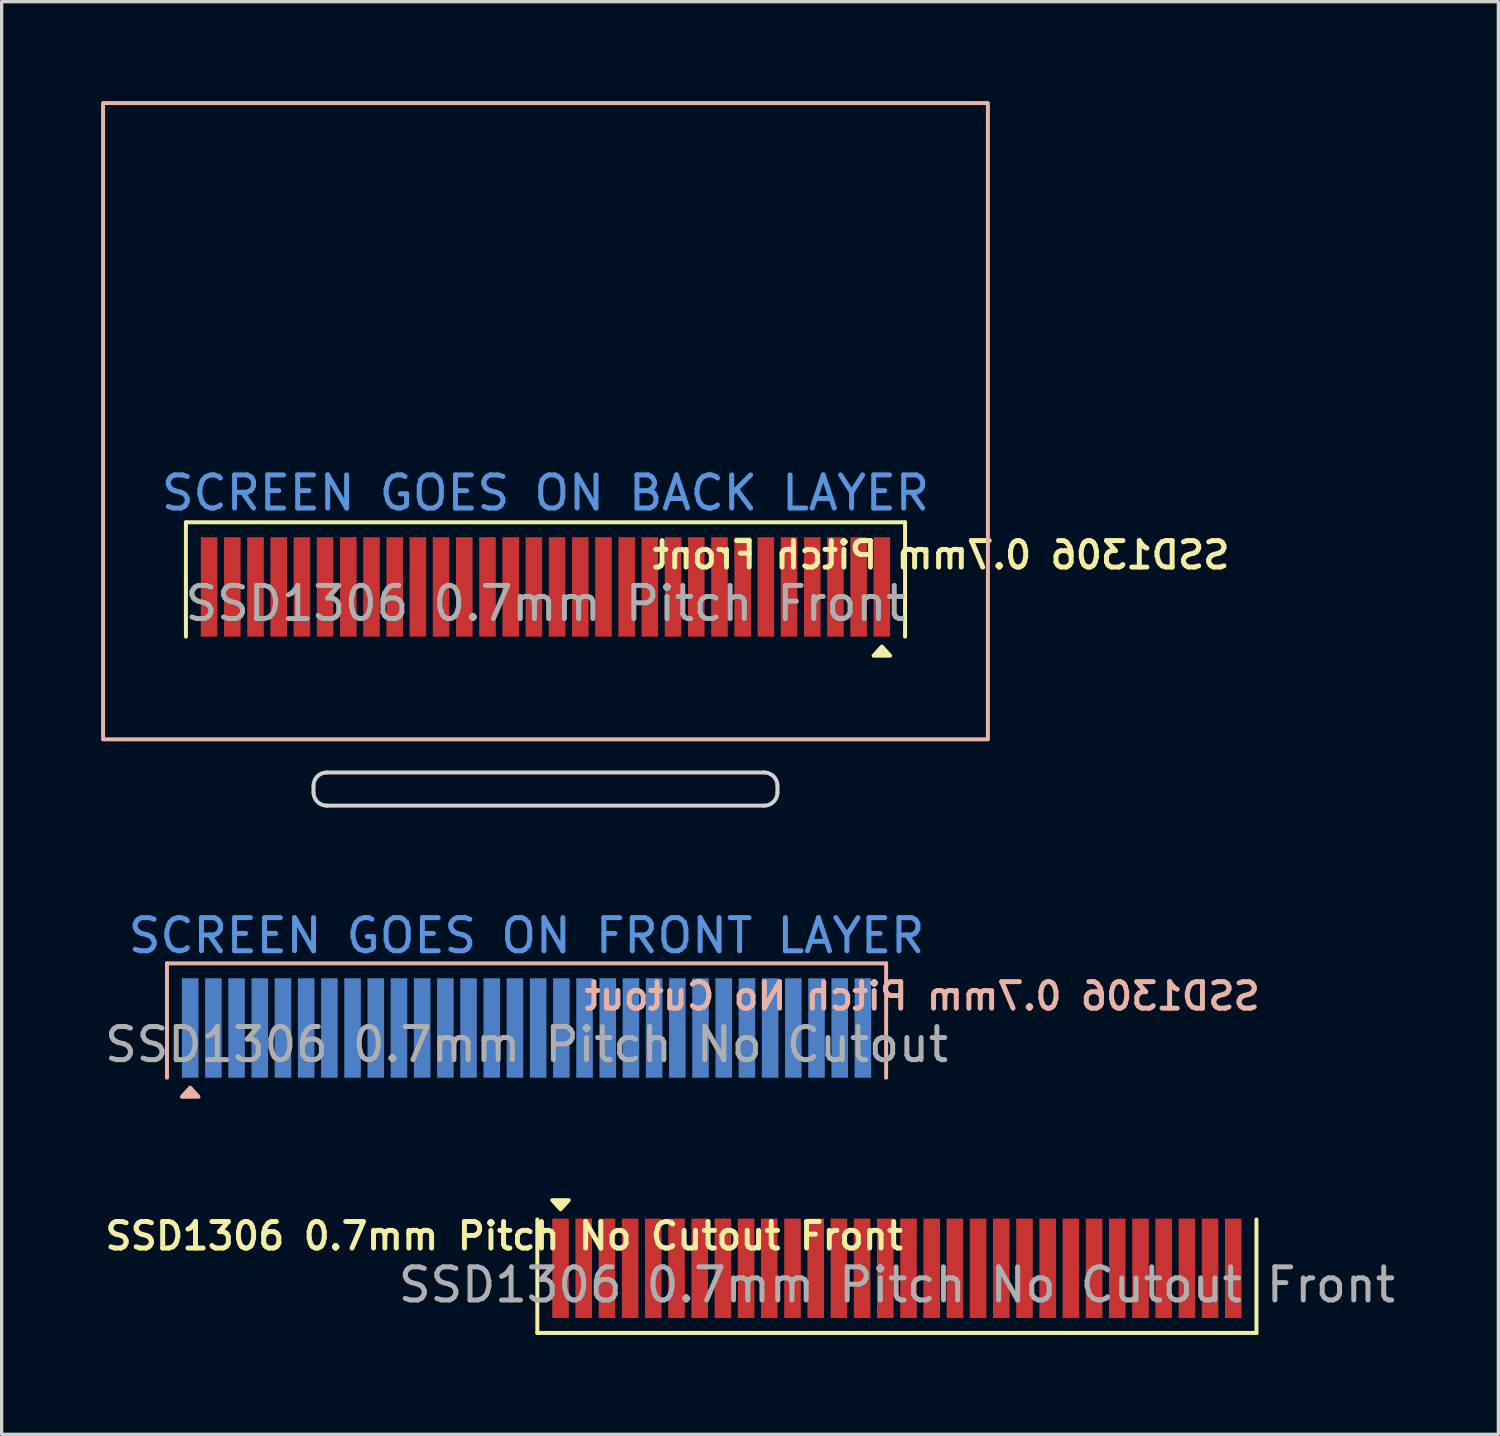
<source format=kicad_pcb>
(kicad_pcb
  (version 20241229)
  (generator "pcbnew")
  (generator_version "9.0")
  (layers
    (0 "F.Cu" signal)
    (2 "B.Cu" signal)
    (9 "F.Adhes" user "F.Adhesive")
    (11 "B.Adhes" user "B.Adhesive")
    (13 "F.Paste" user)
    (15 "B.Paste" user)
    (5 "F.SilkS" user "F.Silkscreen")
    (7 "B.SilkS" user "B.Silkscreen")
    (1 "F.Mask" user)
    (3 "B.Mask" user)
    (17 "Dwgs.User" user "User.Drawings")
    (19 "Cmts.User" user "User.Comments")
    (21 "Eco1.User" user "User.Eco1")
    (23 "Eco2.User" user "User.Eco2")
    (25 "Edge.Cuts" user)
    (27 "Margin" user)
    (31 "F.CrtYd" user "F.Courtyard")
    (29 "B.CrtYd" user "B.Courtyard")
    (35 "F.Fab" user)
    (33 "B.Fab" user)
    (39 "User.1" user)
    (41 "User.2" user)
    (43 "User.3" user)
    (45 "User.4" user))
  (footprint "SSD1306 0.7mm Pitch No Cutout"
    (layer "F.Cu")
    (at 12.839 27.995)
    (property "Reference" "SSD1306 0.7mm Pitch No Cutout" (at 11.938 -0.986 0) (unlocked yes) (layer "B.SilkS") (effects (font (size 0.8 0.8) (thickness 0.15)) (justify mirror)))
    (attr smd)
    (fp_line (start -10.85 -1.975) (end 10.85 -1.975) (stroke (width 0.12) (type default)) (layer "B.SilkS"))
    (fp_line (start -10.85 1.475) (end -10.85 -1.975) (stroke (width 0.12) (type default)) (layer "B.SilkS"))
    (fp_line (start 10.85 -1.975) (end 10.85 1.475) (stroke (width 0.12) (type default)) (layer "B.SilkS"))
    (fp_poly (pts (xy -10.15 1.775) (xy -9.9 2.05) (xy -10.4 2.05) (xy -10.15 1.775)) (stroke (width 0.12) (type solid)) (fill yes) (layer "B.SilkS"))
    (fp_text user "SCREEN GOES ON FRONT LAYER" (at 0 -2.225 0) (unlocked yes) (layer "Cmts.User") (effects (font (size 1 1) (thickness 0.15)) (justify bottom)))
    (fp_text user "${REFERENCE}" (at 0 0.475 0) (unlocked yes) (layer "F.Fab") (effects (font (size 1 1) (thickness 0.15))))
    (pad "1" smd rect (at -10.15 -0.025) (size 0.5 3) (layers "B.Cu" "B.Mask" "B.Paste"))
    (pad "2" smd rect (at -9.45 -0.025) (size 0.5 3) (layers "B.Cu" "B.Mask" "B.Paste"))
    (pad "3" smd rect (at -8.75 -0.025) (size 0.5 3) (layers "B.Cu" "B.Mask" "B.Paste"))
    (pad "4" smd rect (at -8.05 -0.025) (size 0.5 3) (layers "B.Cu" "B.Mask" "B.Paste"))
    (pad "5" smd rect (at -7.35 -0.025) (size 0.5 3) (layers "B.Cu" "B.Mask" "B.Paste"))
    (pad "6" smd rect (at -6.65 -0.025) (size 0.5 3) (layers "B.Cu" "B.Mask" "B.Paste"))
    (pad "7" smd rect (at -5.95 -0.025) (size 0.5 3) (layers "B.Cu" "B.Mask" "B.Paste"))
    (pad "8" smd rect (at -5.25 -0.025) (size 0.5 3) (layers "B.Cu" "B.Mask" "B.Paste"))
    (pad "9" smd rect (at -4.55 -0.025) (size 0.5 3) (layers "B.Cu" "B.Mask" "B.Paste"))
    (pad "10" smd rect (at -3.85 -0.025) (size 0.5 3) (layers "B.Cu" "B.Mask" "B.Paste"))
    (pad "11" smd rect (at -3.15 -0.025) (size 0.5 3) (layers "B.Cu" "B.Mask" "B.Paste"))
    (pad "12" smd rect (at -2.45 -0.025) (size 0.5 3) (layers "B.Cu" "B.Mask" "B.Paste"))
    (pad "13" smd rect (at -1.75 -0.025) (size 0.5 3) (layers "B.Cu" "B.Mask" "B.Paste"))
    (pad "14" smd rect (at -1.05 -0.025) (size 0.5 3) (layers "B.Cu" "B.Mask" "B.Paste"))
    (pad "15" smd rect (at -0.35 -0.025) (size 0.5 3) (layers "B.Cu" "B.Mask" "B.Paste"))
    (pad "16" smd rect (at 0.35 -0.025) (size 0.5 3) (layers "B.Cu" "B.Mask" "B.Paste"))
    (pad "17" smd rect (at 1.05 -0.025) (size 0.5 3) (layers "B.Cu" "B.Mask" "B.Paste"))
    (pad "18" smd rect (at 1.75 -0.025) (size 0.5 3) (layers "B.Cu" "B.Mask" "B.Paste"))
    (pad "19" smd rect (at 2.45 -0.025) (size 0.5 3) (layers "B.Cu" "B.Mask" "B.Paste"))
    (pad "20" smd rect (at 3.15 -0.025) (size 0.5 3) (layers "B.Cu" "B.Mask" "B.Paste"))
    (pad "21" smd rect (at 3.85 -0.025) (size 0.5 3) (layers "B.Cu" "B.Mask" "B.Paste"))
    (pad "22" smd rect (at 4.55 -0.025) (size 0.5 3) (layers "B.Cu" "B.Mask" "B.Paste"))
    (pad "23" smd rect (at 5.25 -0.025) (size 0.5 3) (layers "B.Cu" "B.Mask" "B.Paste"))
    (pad "24" smd rect (at 5.95 -0.025) (size 0.5 3) (layers "B.Cu" "B.Mask" "B.Paste"))
    (pad "25" smd rect (at 6.65 -0.025) (size 0.5 3) (layers "B.Cu" "B.Mask" "B.Paste"))
    (pad "26" smd rect (at 7.35 -0.025) (size 0.5 3) (layers "B.Cu" "B.Mask" "B.Paste"))
    (pad "27" smd rect (at 8.05 -0.025) (size 0.5 3) (layers "B.Cu" "B.Mask" "B.Paste"))
    (pad "28" smd rect (at 8.75 -0.025) (size 0.5 3) (layers "B.Cu" "B.Mask" "B.Paste"))
    (pad "29" smd rect (at 9.45 -0.025) (size 0.5 3) (layers "B.Cu" "B.Mask" "B.Paste"))
    (pad "30" smd rect (at 10.15 -0.025) (size 0.5 3) (layers "B.Cu" "B.Mask" "B.Paste")))
  (footprint "SSD1306 0.7mm Pitch No Cutout Front"
    (layer "F.Cu")
    (at 24.014 35.247)
    (property "Reference" "SSD1306 0.7mm Pitch No Cutout Front" (at -11.85 -1 0) (unlocked yes) (layer "F.SilkS") (effects (font (size 0.8 0.8) (thickness 0.15))))
    (attr smd)
    (fp_line (start -10.85 -1.5) (end -10.85 1.925) (stroke (width 0.12) (type default)) (layer "F.SilkS"))
    (fp_line (start -10.85 1.925) (end 10.85 1.925) (stroke (width 0.12) (type default)) (layer "F.SilkS"))
    (fp_line (start 10.85 1.925) (end 10.85 -1.5) (stroke (width 0.12) (type default)) (layer "F.SilkS"))
    (fp_poly (pts (xy -10.15 -1.807) (xy -10.4 -2.082) (xy -9.9 -2.082) (xy -10.15 -1.807)) (stroke (width 0.12) (type solid)) (fill yes) (layer "F.SilkS"))
    (fp_text user "${REFERENCE}" (at 0 0.475 0) (unlocked yes) (layer "F.Fab") (effects (font (size 1 1) (thickness 0.15))))
    (pad "1" smd rect (at -10.15 -0.025) (size 0.5 3) (layers "F.Cu" "F.Mask" "F.Paste"))
    (pad "2" smd rect (at -9.45 -0.025) (size 0.5 3) (layers "F.Cu" "F.Mask" "F.Paste"))
    (pad "3" smd rect (at -8.75 -0.025) (size 0.5 3) (layers "F.Cu" "F.Mask" "F.Paste"))
    (pad "4" smd rect (at -8.05 -0.025) (size 0.5 3) (layers "F.Cu" "F.Mask" "F.Paste"))
    (pad "5" smd rect (at -7.35 -0.025) (size 0.5 3) (layers "F.Cu" "F.Mask" "F.Paste"))
    (pad "6" smd rect (at -6.65 -0.025) (size 0.5 3) (layers "F.Cu" "F.Mask" "F.Paste"))
    (pad "7" smd rect (at -5.95 -0.025) (size 0.5 3) (layers "F.Cu" "F.Mask" "F.Paste"))
    (pad "8" smd rect (at -5.25 -0.025) (size 0.5 3) (layers "F.Cu" "F.Mask" "F.Paste"))
    (pad "9" smd rect (at -4.55 -0.025) (size 0.5 3) (layers "F.Cu" "F.Mask" "F.Paste"))
    (pad "10" smd rect (at -3.85 -0.025) (size 0.5 3) (layers "F.Cu" "F.Mask" "F.Paste"))
    (pad "11" smd rect (at -3.15 -0.025) (size 0.5 3) (layers "F.Cu" "F.Mask" "F.Paste"))
    (pad "12" smd rect (at -2.45 -0.025) (size 0.5 3) (layers "F.Cu" "F.Mask" "F.Paste"))
    (pad "13" smd rect (at -1.75 -0.025) (size 0.5 3) (layers "F.Cu" "F.Mask" "F.Paste"))
    (pad "14" smd rect (at -1.05 -0.025) (size 0.5 3) (layers "F.Cu" "F.Mask" "F.Paste"))
    (pad "15" smd rect (at -0.35 -0.025) (size 0.5 3) (layers "F.Cu" "F.Mask" "F.Paste"))
    (pad "16" smd rect (at 0.35 -0.025) (size 0.5 3) (layers "F.Cu" "F.Mask" "F.Paste"))
    (pad "17" smd rect (at 1.05 -0.025) (size 0.5 3) (layers "F.Cu" "F.Mask" "F.Paste"))
    (pad "18" smd rect (at 1.75 -0.025) (size 0.5 3) (layers "F.Cu" "F.Mask" "F.Paste"))
    (pad "19" smd rect (at 2.45 -0.025) (size 0.5 3) (layers "F.Cu" "F.Mask" "F.Paste"))
    (pad "20" smd rect (at 3.15 -0.025) (size 0.5 3) (layers "F.Cu" "F.Mask" "F.Paste"))
    (pad "21" smd rect (at 3.85 -0.025) (size 0.5 3) (layers "F.Cu" "F.Mask" "F.Paste"))
    (pad "22" smd rect (at 4.55 -0.025) (size 0.5 3) (layers "F.Cu" "F.Mask" "F.Paste"))
    (pad "23" smd rect (at 5.25 -0.025) (size 0.5 3) (layers "F.Cu" "F.Mask" "F.Paste"))
    (pad "24" smd rect (at 5.95 -0.025) (size 0.5 3) (layers "F.Cu" "F.Mask" "F.Paste"))
    (pad "25" smd rect (at 6.65 -0.025) (size 0.5 3) (layers "F.Cu" "F.Mask" "F.Paste"))
    (pad "26" smd rect (at 7.35 -0.025) (size 0.5 3) (layers "F.Cu" "F.Mask" "F.Paste"))
    (pad "27" smd rect (at 8.05 -0.025) (size 0.5 3) (layers "F.Cu" "F.Mask" "F.Paste"))
    (pad "28" smd rect (at 8.75 -0.025) (size 0.5 3) (layers "F.Cu" "F.Mask" "F.Paste"))
    (pad "29" smd rect (at 9.45 -0.025) (size 0.5 3) (layers "F.Cu" "F.Mask" "F.Paste"))
    (pad "30" smd rect (at 10.15 -0.025) (size 0.5 3) (layers "F.Cu" "F.Mask" "F.Paste")))
  (footprint "SSD1306 0.7mm Pitch Front"
    (layer "F.Cu")
    (at 13.41 9.66)
    (property "Reference" "SSD1306 0.7mm Pitch Front" (at 11.938 4.039 0) (unlocked yes) (layer "F.SilkS") (effects (font (size 0.8 0.8) (thickness 0.15)) (justify mirror)))
    (attr smd)
    (fp_line (start -10.85 3.05) (end 10.85 3.05) (stroke (width 0.12) (type default)) (layer "F.SilkS"))
    (fp_line (start -10.85 6.5) (end -10.85 3.05) (stroke (width 0.12) (type default)) (layer "F.SilkS"))
    (fp_line (start 10.85 3.05) (end 10.85 6.5) (stroke (width 0.12) (type default)) (layer "F.SilkS"))
    (fp_poly (pts (xy 10.15 6.8) (xy 10.4 7.075) (xy 9.9 7.075) (xy 10.15 6.8)) (stroke (width 0.12) (type solid)) (fill yes) (layer "F.SilkS"))
    (fp_rect (start -13.35 -9.6) (end 13.35 9.6) (stroke (width 0.12) (type default)) (fill no) (layer "B.SilkS"))
    (fp_line (start -7 11.2) (end -7 11) (stroke (width 0.12) (type default)) (layer "Edge.Cuts"))
    (fp_line (start -6.6 10.6) (end 6.6 10.6) (stroke (width 0.12) (type default)) (layer "Edge.Cuts"))
    (fp_line (start 6.6 11.6) (end -6.6 11.6) (stroke (width 0.12) (type default)) (layer "Edge.Cuts"))
    (fp_line (start 7 11) (end 7 11.2) (stroke (width 0.12) (type default)) (layer "Edge.Cuts"))
    (fp_arc (start -7 11) (mid -6.882843 10.717157) (end -6.6 10.6) (stroke (width 0.12) (type default)) (layer "Edge.Cuts"))
    (fp_arc (start -6.6 11.6) (mid -6.882843 11.482843) (end -7 11.2) (stroke (width 0.12) (type default)) (layer "Edge.Cuts"))
    (fp_arc (start 6.6 10.6) (mid 6.882843 10.717157) (end 7 11) (stroke (width 0.12) (type default)) (layer "Edge.Cuts"))
    (fp_arc (start 7 11.2) (mid 6.882843 11.482843) (end 6.6 11.6) (stroke (width 0.12) (type default)) (layer "Edge.Cuts"))
    (fp_text user "SCREEN GOES ON BACK LAYER" (at 0 2.75 0) (unlocked yes) (layer "Cmts.User") (effects (font (size 1 1) (thickness 0.15)) (justify bottom)))
    (fp_text user "${REFERENCE}" (at 0 5.5 0) (unlocked yes) (layer "F.Fab") (effects (font (size 1 1) (thickness 0.15))))
    (pad "1" smd rect (at 10.15 5) (size 0.5 3) (layers "F.Cu" "F.Mask" "F.Paste"))
    (pad "2" smd rect (at 9.45 5) (size 0.5 3) (layers "F.Cu" "F.Mask" "F.Paste"))
    (pad "3" smd rect (at 8.75 5) (size 0.5 3) (layers "F.Cu" "F.Mask" "F.Paste"))
    (pad "4" smd rect (at 8.05 5) (size 0.5 3) (layers "F.Cu" "F.Mask" "F.Paste"))
    (pad "5" smd rect (at 7.35 5) (size 0.5 3) (layers "F.Cu" "F.Mask" "F.Paste"))
    (pad "6" smd rect (at 6.65 5) (size 0.5 3) (layers "F.Cu" "F.Mask" "F.Paste"))
    (pad "7" smd rect (at 5.95 5) (size 0.5 3) (layers "F.Cu" "F.Mask" "F.Paste"))
    (pad "8" smd rect (at 5.25 5) (size 0.5 3) (layers "F.Cu" "F.Mask" "F.Paste"))
    (pad "9" smd rect (at 4.55 5) (size 0.5 3) (layers "F.Cu" "F.Mask" "F.Paste"))
    (pad "10" smd rect (at 3.85 5) (size 0.5 3) (layers "F.Cu" "F.Mask" "F.Paste"))
    (pad "11" smd rect (at 3.15 5) (size 0.5 3) (layers "F.Cu" "F.Mask" "F.Paste"))
    (pad "12" smd rect (at 2.45 5) (size 0.5 3) (layers "F.Cu" "F.Mask" "F.Paste"))
    (pad "13" smd rect (at 1.75 5) (size 0.5 3) (layers "F.Cu" "F.Mask" "F.Paste"))
    (pad "14" smd rect (at 1.05 5) (size 0.5 3) (layers "F.Cu" "F.Mask" "F.Paste"))
    (pad "15" smd rect (at 0.35 5) (size 0.5 3) (layers "F.Cu" "F.Mask" "F.Paste"))
    (pad "16" smd rect (at -0.35 5) (size 0.5 3) (layers "F.Cu" "F.Mask" "F.Paste"))
    (pad "17" smd rect (at -1.05 5) (size 0.5 3) (layers "F.Cu" "F.Mask" "F.Paste"))
    (pad "18" smd rect (at -1.75 5) (size 0.5 3) (layers "F.Cu" "F.Mask" "F.Paste"))
    (pad "19" smd rect (at -2.45 5) (size 0.5 3) (layers "F.Cu" "F.Mask" "F.Paste"))
    (pad "20" smd rect (at -3.15 5) (size 0.5 3) (layers "F.Cu" "F.Mask" "F.Paste"))
    (pad "21" smd rect (at -3.85 5) (size 0.5 3) (layers "F.Cu" "F.Mask" "F.Paste"))
    (pad "22" smd rect (at -4.55 5) (size 0.5 3) (layers "F.Cu" "F.Mask" "F.Paste"))
    (pad "23" smd rect (at -5.25 5) (size 0.5 3) (layers "F.Cu" "F.Mask" "F.Paste"))
    (pad "24" smd rect (at -5.95 5) (size 0.5 3) (layers "F.Cu" "F.Mask" "F.Paste"))
    (pad "25" smd rect (at -6.65 5) (size 0.5 3) (layers "F.Cu" "F.Mask" "F.Paste"))
    (pad "26" smd rect (at -7.35 5) (size 0.5 3) (layers "F.Cu" "F.Mask" "F.Paste"))
    (pad "27" smd rect (at -8.05 5) (size 0.5 3) (layers "F.Cu" "F.Mask" "F.Paste"))
    (pad "28" smd rect (at -8.75 5) (size 0.5 3) (layers "F.Cu" "F.Mask" "F.Paste"))
    (pad "29" smd rect (at -9.45 5) (size 0.5 3) (layers "F.Cu" "F.Mask" "F.Paste"))
    (pad "30" smd rect (at -10.15 5) (size 0.5 3) (layers "F.Cu" "F.Mask" "F.Paste")))
  (gr_rect
    (start -3 -3)
    (end 42.163 40.232)
    (stroke (width 0.1) (type default))
    (fill no)
    (layer "Edge.Cuts")))
</source>
